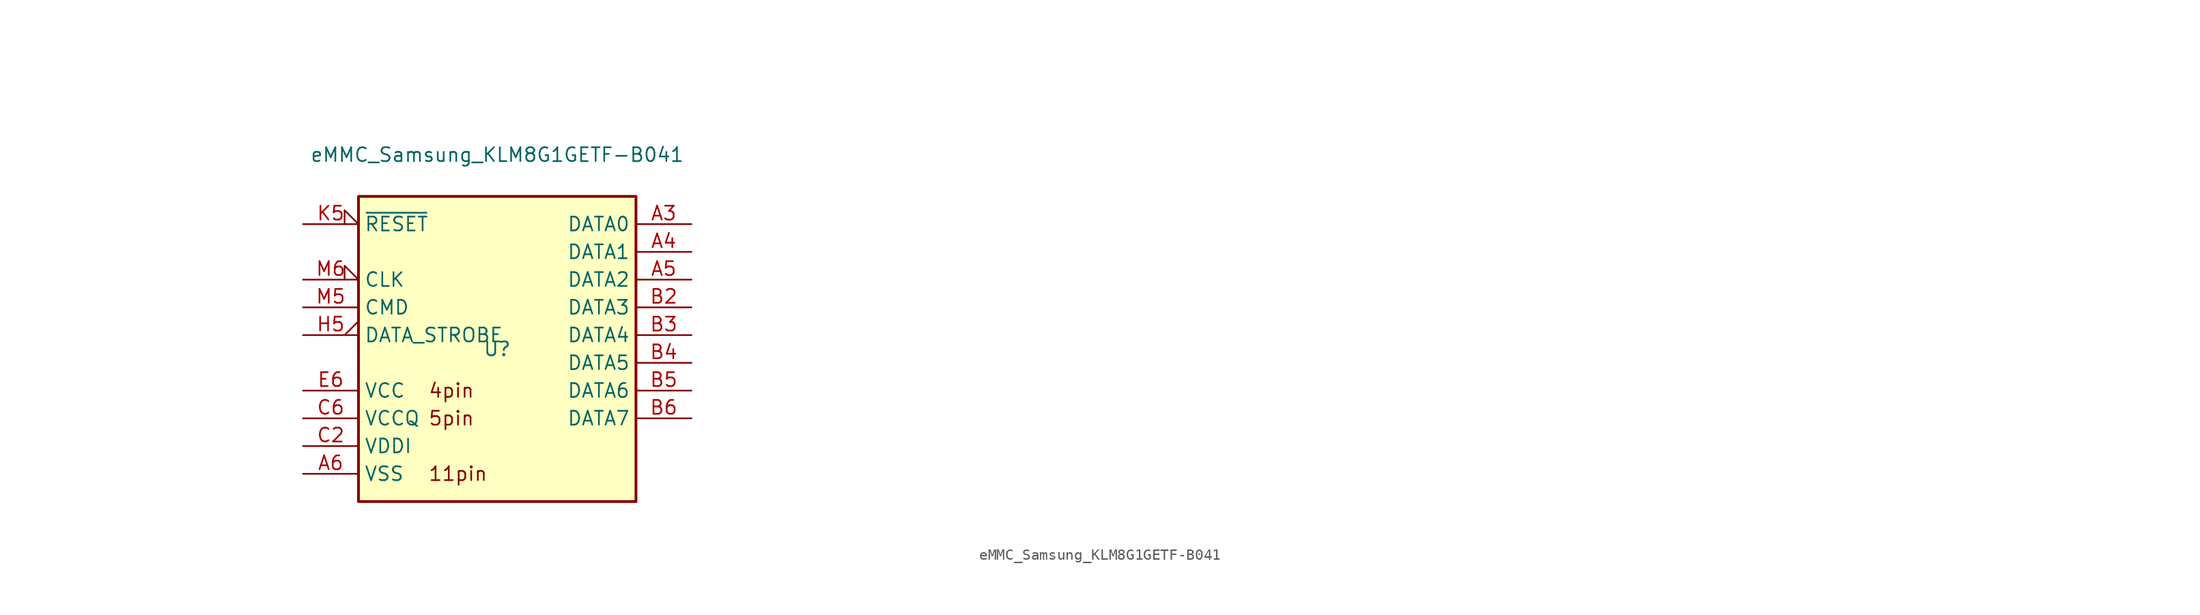
<source format=kicad_sym>
(kicad_symbol_lib
  (version 20231120)
  (generator "kicad_symbol_editor")
  (generator_version "8.0")
  (symbol "eMMC_Samsung_KLM8G1GETF-B041"
    (property "Reference" "U"
      (at 0 0 0)
      (effects (font (size 1.27 1.27))))
    (property "Value" "eMMC_Samsung_KLM8G1GETF-B041"
      (at 0 17.78 0)
      (effects (font (size 1.27 1.27))))
    (symbol "eMMC_Samsung_KLM8G1GETF-B041_1_1"
      (rectangle (start -12.7 13.97) (end 12.7 -13.97) (stroke (width 0.254) (type default)) (fill (type background)))
      (text private "VCC: Supply voltage for flash memory.\nVCCQ: Supply voltage for memory controller.\nVDDI: Internal power node to stabilize regulator output to controller core logics.\nVSS: Ground connections.\n\n~{RESET}: H/W reset signal pin.\nCLK: Clock input.\nCMD: A bidirectional signal used for device initialization (OD) and command transfers (Push-Pull).\nDATA_STROBE: Data Strobe is generated from eMMC to host.\n\nDATA[0..7]: Bidirectional data channels, in push-pull mode." (at 38.1 12.7 0) (effects (font (size 1.27 1.27)) (justify left top)))
      (text "11pin" (at -6.35 -11.43 0) (effects (font (size 1.27 1.27)) (justify left)))
      (text "4pin" (at -6.35 -3.81 0) (effects (font (size 1.27 1.27)) (justify left)))
      (text "5pin" (at -6.35 -6.35 0) (effects (font (size 1.27 1.27)) (justify left)))
      (text_box private "KLM8G1GETF-B041 is an 8GB embedded MMC in a BGA package form using MMC protocol v5.1." (at -25.4 24.13 0) (size 50.8 -5.08) (stroke (width 0) (type default)) (fill (type none)) (effects (font (size 1.27 1.27)) (justify left top)))
      (pin bidirectional line (at 17.78 11.43 180) (length 5.08) (name "DATA0" (effects (font (size 1.27 1.27)))) (number "A3" (effects (font (size 1.27 1.27)))))
      (pin bidirectional line (at 17.78 8.89 180) (length 5.08) (name "DATA1" (effects (font (size 1.27 1.27)))) (number "A4" (effects (font (size 1.27 1.27)))))
      (pin bidirectional line (at 17.78 6.35 180) (length 5.08) (name "DATA2" (effects (font (size 1.27 1.27)))) (number "A5" (effects (font (size 1.27 1.27)))))
      (pin power_in line (at -17.78 -11.43 0) (length 5.08) (name "VSS" (effects (font (size 1.27 1.27)))) (number "A6" (effects (font (size 1.27 1.27)))))
      (pin bidirectional line (at 17.78 3.81 180) (length 5.08) (name "DATA3" (effects (font (size 1.27 1.27)))) (number "B2" (effects (font (size 1.27 1.27)))))
      (pin bidirectional line (at 17.78 1.27 180) (length 5.08) (name "DATA4" (effects (font (size 1.27 1.27)))) (number "B3" (effects (font (size 1.27 1.27)))))
      (pin bidirectional line (at 17.78 -1.27 180) (length 5.08) (name "DATA5" (effects (font (size 1.27 1.27)))) (number "B4" (effects (font (size 1.27 1.27)))))
      (pin bidirectional line (at 17.78 -3.81 180) (length 5.08) (name "DATA6" (effects (font (size 1.27 1.27)))) (number "B5" (effects (font (size 1.27 1.27)))))
      (pin bidirectional line (at 17.78 -6.35 180) (length 5.08) (name "DATA7" (effects (font (size 1.27 1.27)))) (number "B6" (effects (font (size 1.27 1.27)))))
      (pin power_out line (at -17.78 -8.89 0) (length 5.08) (name "VDDI" (effects (font (size 1.27 1.27)))) (number "C2" (effects (font (size 1.27 1.27)))))
      (pin passive line (at -17.78 -11.43 0) (length 5.08) hide (name "VSS" (effects (font (size 1.27 1.27)))) (number "C4" (effects (font (size 1.27 1.27)))))
      (pin power_in line (at -17.78 -6.35 0) (length 5.08) (name "VCCQ" (effects (font (size 1.27 1.27)))) (number "C6" (effects (font (size 1.27 1.27)))))
      (pin power_in line (at -17.78 -3.81 0) (length 5.08) (name "VCC" (effects (font (size 1.27 1.27)))) (number "E6" (effects (font (size 1.27 1.27)))))
      (pin passive line (at -17.78 -11.43 0) (length 5.08) hide (name "VSS" (effects (font (size 1.27 1.27)))) (number "E7" (effects (font (size 1.27 1.27)))))
      (pin passive line (at -17.78 -3.81 0) (length 5.08) hide (name "VCC" (effects (font (size 1.27 1.27)))) (number "F5" (effects (font (size 1.27 1.27)))))
      (pin passive line (at -17.78 -11.43 0) (length 5.08) hide (name "VSS" (effects (font (size 1.27 1.27)))) (number "G5" (effects (font (size 1.27 1.27)))))
      (pin passive line (at -17.78 -11.43 0) (length 5.08) hide (name "VSS" (effects (font (size 1.27 1.27)))) (number "H10" (effects (font (size 1.27 1.27)))))
      (pin output output_low (at -17.78 1.27 0) (length 5.08) (name "DATA_STROBE" (effects (font (size 1.27 1.27)))) (number "H5" (effects (font (size 1.27 1.27)))))
      (pin passive line (at -17.78 -3.81 0) (length 5.08) hide (name "VCC" (effects (font (size 1.27 1.27)))) (number "J10" (effects (font (size 1.27 1.27)))))
      (pin passive line (at -17.78 -11.43 0) (length 5.08) hide (name "VSS" (effects (font (size 1.27 1.27)))) (number "J5" (effects (font (size 1.27 1.27)))))
      (pin input input_low (at -17.78 11.43 0) (length 5.08) (name "~{RESET}" (effects (font (size 1.27 1.27)))) (number "K5" (effects (font (size 1.27 1.27)))))
      (pin passive line (at -17.78 -11.43 0) (length 5.08) hide (name "VSS" (effects (font (size 1.27 1.27)))) (number "K8" (effects (font (size 1.27 1.27)))))
      (pin passive line (at -17.78 -3.81 0) (length 5.08) hide (name "VCC" (effects (font (size 1.27 1.27)))) (number "K9" (effects (font (size 1.27 1.27)))))
      (pin passive line (at -17.78 -6.35 0) (length 5.08) hide (name "VCCQ" (effects (font (size 1.27 1.27)))) (number "M4" (effects (font (size 1.27 1.27)))))
      (pin bidirectional line (at -17.78 3.81 0) (length 5.08) (name "CMD" (effects (font (size 1.27 1.27)))) (number "M5" (effects (font (size 1.27 1.27)))))
      (pin input input_low (at -17.78 6.35 0) (length 5.08) (name "CLK" (effects (font (size 1.27 1.27)))) (number "M6" (effects (font (size 1.27 1.27)))))
      (pin passive line (at -17.78 -11.43 0) (length 5.08) hide (name "VSS" (effects (font (size 1.27 1.27)))) (number "N2" (effects (font (size 1.27 1.27)))))
      (pin passive line (at -17.78 -6.35 0) (length 5.08) hide (name "VCCQ" (effects (font (size 1.27 1.27)))) (number "N4" (effects (font (size 1.27 1.27)))))
      (pin passive line (at -17.78 -11.43 0) (length 5.08) hide (name "VSS" (effects (font (size 1.27 1.27)))) (number "N5" (effects (font (size 1.27 1.27)))))
      (pin passive line (at -17.78 -6.35 0) (length 5.08) hide (name "VCCQ" (effects (font (size 1.27 1.27)))) (number "P3" (effects (font (size 1.27 1.27)))))
      (pin passive line (at -17.78 -11.43 0) (length 5.08) hide (name "VSS" (effects (font (size 1.27 1.27)))) (number "P4" (effects (font (size 1.27 1.27)))))
      (pin passive line (at -17.78 -6.35 0) (length 5.08) hide (name "VCCQ" (effects (font (size 1.27 1.27)))) (number "P5" (effects (font (size 1.27 1.27)))))
      (pin passive line (at -17.78 -11.43 0) (length 5.08) hide (name "VSS" (effects (font (size 1.27 1.27)))) (number "P6" (effects (font (size 1.27 1.27))))))))
</source>
